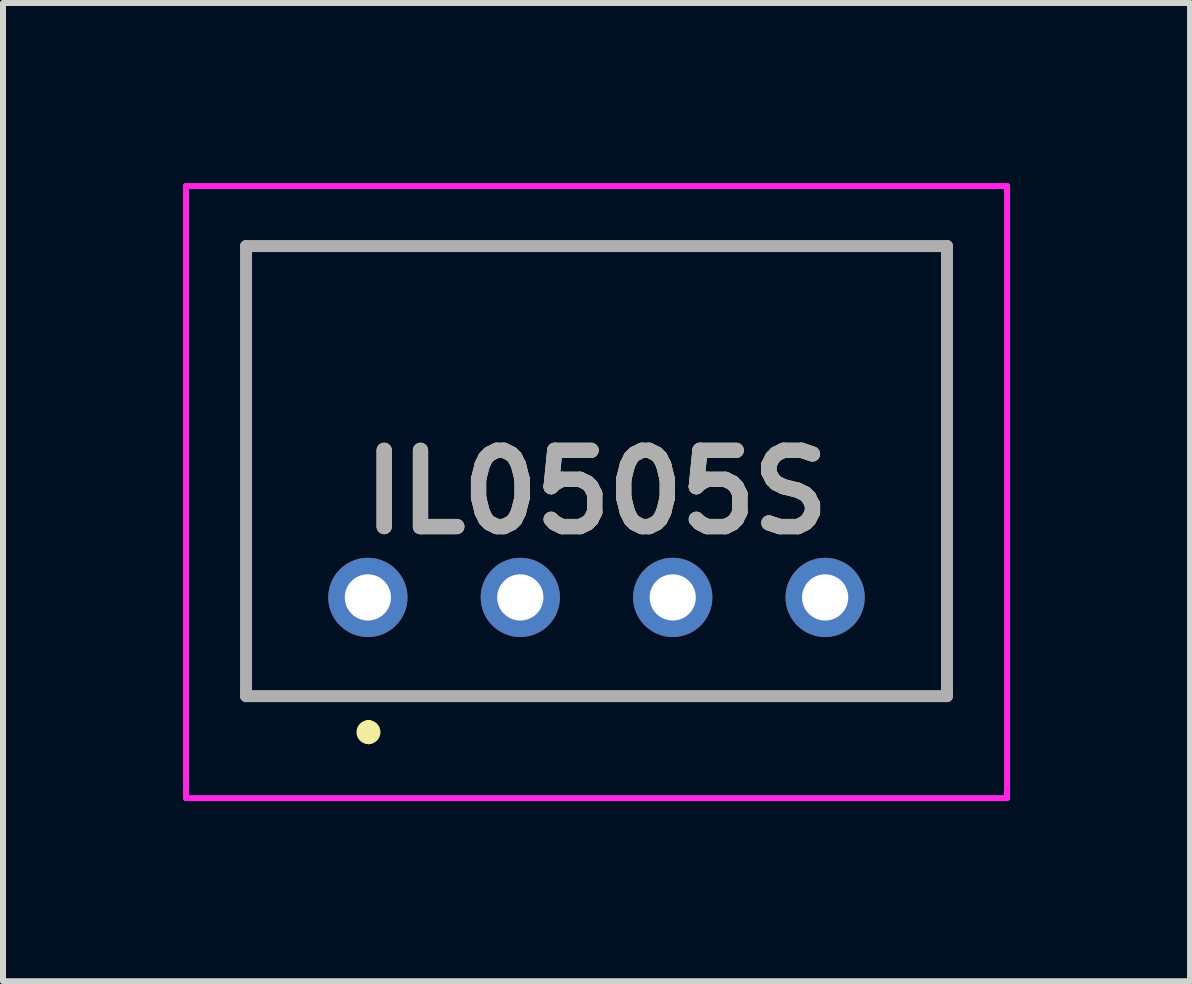
<source format=kicad_pcb>
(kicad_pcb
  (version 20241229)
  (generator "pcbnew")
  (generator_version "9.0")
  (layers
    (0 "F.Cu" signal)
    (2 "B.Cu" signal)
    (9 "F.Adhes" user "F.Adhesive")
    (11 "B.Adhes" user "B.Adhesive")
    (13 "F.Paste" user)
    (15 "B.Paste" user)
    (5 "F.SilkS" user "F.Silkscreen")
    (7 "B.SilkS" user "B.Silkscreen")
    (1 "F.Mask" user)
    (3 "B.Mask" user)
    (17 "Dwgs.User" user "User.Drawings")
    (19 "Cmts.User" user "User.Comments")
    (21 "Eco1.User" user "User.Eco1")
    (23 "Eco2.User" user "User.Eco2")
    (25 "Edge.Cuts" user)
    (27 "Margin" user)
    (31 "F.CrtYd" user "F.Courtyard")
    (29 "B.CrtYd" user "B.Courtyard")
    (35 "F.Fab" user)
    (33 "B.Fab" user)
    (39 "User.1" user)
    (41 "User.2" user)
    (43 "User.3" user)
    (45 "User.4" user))
  (footprint "IL0505S"
    (layer "F.Cu")
    (at 6.89 5.15)
    (property "Reference" "IL0505S" (at 0 0 0) (layer "F.SilkS") (effects (font (size 1.27 1.27) (thickness 0.254))))
    (attr through_hole)
    (fp_line (start -5.84 -4.1) (end -5.84 3.4) (stroke (width 0.1) (type solid)) (layer "F.SilkS"))
    (fp_line (start -5.84 3.4) (end 5.84 3.4) (stroke (width 0.1) (type solid)) (layer "F.SilkS"))
    (fp_line (start -3.8 3.9) (end -3.8 3.9) (stroke (width 0.2) (type solid)) (layer "F.SilkS"))
    (fp_line (start -3.8 4.1) (end -3.8 4.1) (stroke (width 0.2) (type solid)) (layer "F.SilkS"))
    (fp_line (start 5.84 -4.1) (end -5.84 -4.1) (stroke (width 0.1) (type solid)) (layer "F.SilkS"))
    (fp_line (start 5.84 3.4) (end 5.84 -4.1) (stroke (width 0.1) (type solid)) (layer "F.SilkS"))
    (fp_arc (start -3.8 3.9) (mid -3.7 4) (end -3.8 4.1) (stroke (width 0.2) (type solid)) (layer "F.SilkS"))
    (fp_arc (start -3.8 4.1) (mid -3.9 4) (end -3.8 3.9) (stroke (width 0.2) (type solid)) (layer "F.SilkS"))
    (fp_line (start -6.84 -5.1) (end -6.84 5.1) (stroke (width 0.1) (type solid)) (layer "F.CrtYd"))
    (fp_line (start -6.84 5.1) (end 6.84 5.1) (stroke (width 0.1) (type solid)) (layer "F.CrtYd"))
    (fp_line (start 6.84 -5.1) (end -6.84 -5.1) (stroke (width 0.1) (type solid)) (layer "F.CrtYd"))
    (fp_line (start 6.84 5.1) (end 6.84 -5.1) (stroke (width 0.1) (type solid)) (layer "F.CrtYd"))
    (fp_line (start -5.84 -4.1) (end -5.84 3.4) (stroke (width 0.2) (type solid)) (layer "F.Fab"))
    (fp_line (start -5.84 3.4) (end 5.84 3.4) (stroke (width 0.2) (type solid)) (layer "F.Fab"))
    (fp_line (start 5.84 -4.1) (end -5.84 -4.1) (stroke (width 0.2) (type solid)) (layer "F.Fab"))
    (fp_line (start 5.84 3.4) (end 5.84 -4.1) (stroke (width 0.2) (type solid)) (layer "F.Fab"))
    (fp_text user "${REFERENCE}" (at 0 0 0) (layer "F.Fab") (effects (font (size 1.27 1.27) (thickness 0.254))))
    (pad "1" thru_hole circle (at -3.81 1.755) (size 1.32 1.32) (drill 0.77) (layers "*.Cu" "*.Mask"))
    (pad "2" thru_hole circle (at -1.27 1.755) (size 1.32 1.32) (drill 0.77) (layers "*.Cu" "*.Mask"))
    (pad "3" thru_hole circle (at 1.27 1.755) (size 1.32 1.32) (drill 0.77) (layers "*.Cu" "*.Mask"))
    (pad "4" thru_hole circle (at 3.81 1.755) (size 1.32 1.32) (drill 0.77) (layers "*.Cu" "*.Mask")))
  (gr_rect
    (start -3 -3)
    (end 16.78 13.3)
    (stroke (width 0.1) (type default))
    (fill no)
    (layer "Edge.Cuts")))
</source>
